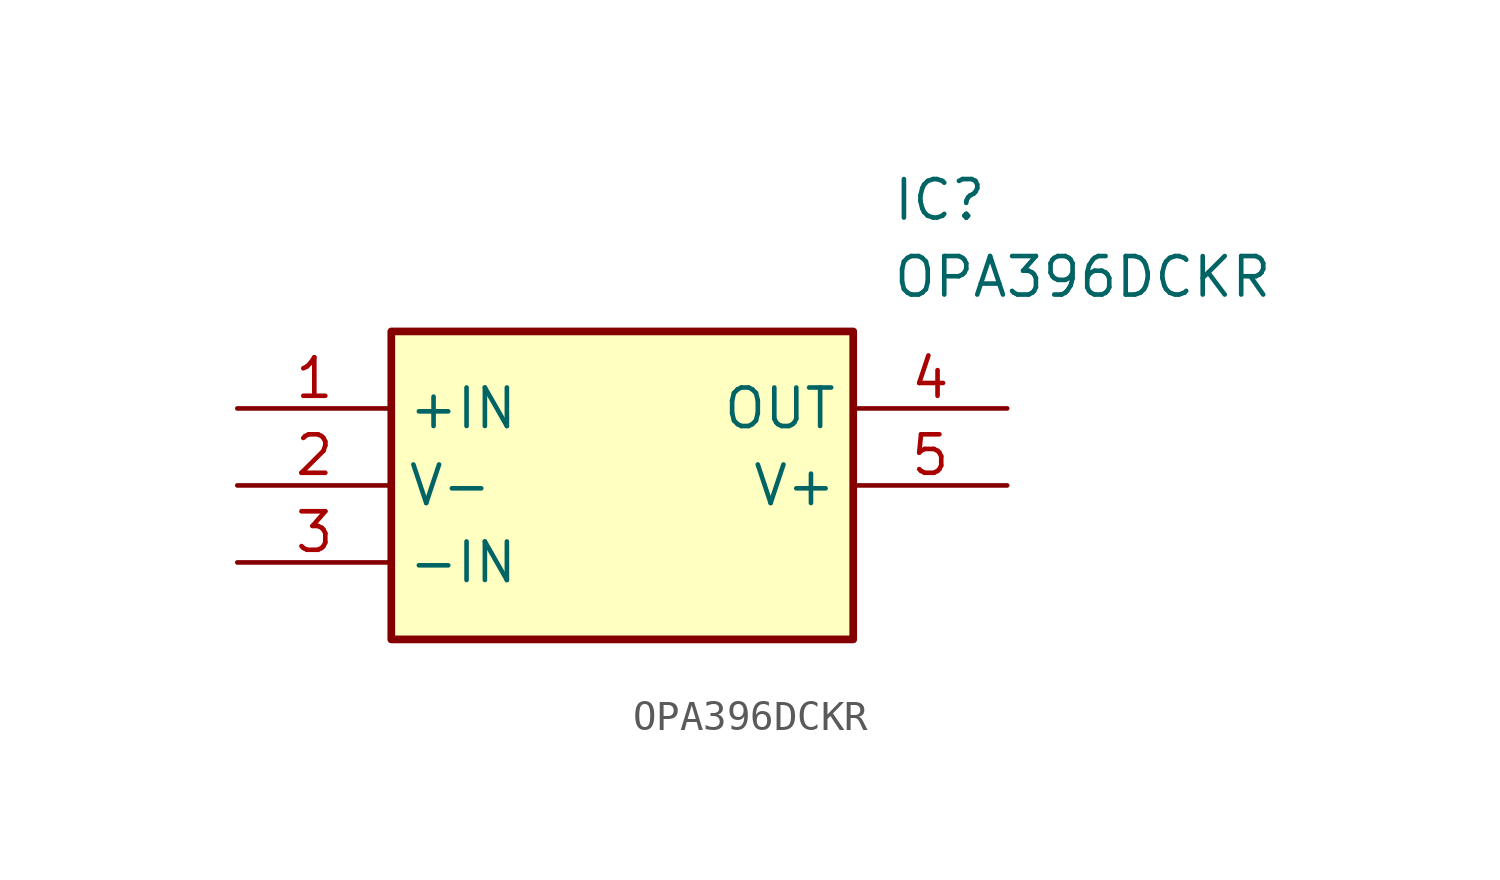
<source format=kicad_sym>
(kicad_symbol_lib
  (version 20211014)
  (generator SamacSys_ECAD_Model)
  (symbol "OPA396DCKR"
    (property "Reference" "IC"
      (at 21.59 7.62 0)
      (effects (font (size 1.27 1.27)) (justify left top)))
    (property "Value" "OPA396DCKR"
      (at 21.59 5.08 0)
      (effects (font (size 1.27 1.27)) (justify left top)))
    (rectangle
      (start 5.08 2.54)
      (end 20.32 -7.62)
      (stroke (width 0.254) (type default))
      (fill (type background)))
    (pin passive line
      (at 0 0 0)
      (length 5.08)
      (name "+IN" (effects (font (size 1.27 1.27))))
      (number "1" (effects (font (size 1.27 1.27)))))
    (pin passive line
      (at 0 -2.54 0)
      (length 5.08)
      (name "V-" (effects (font (size 1.27 1.27))))
      (number "2" (effects (font (size 1.27 1.27)))))
    (pin passive line
      (at 0 -5.08 0)
      (length 5.08)
      (name "-IN" (effects (font (size 1.27 1.27))))
      (number "3" (effects (font (size 1.27 1.27)))))
    (pin passive line
      (at 25.4 0 180)
      (length 5.08)
      (name "OUT" (effects (font (size 1.27 1.27))))
      (number "4" (effects (font (size 1.27 1.27)))))
    (pin passive line
      (at 25.4 -2.54 180)
      (length 5.08)
      (name "V+" (effects (font (size 1.27 1.27))))
      (number "5" (effects (font (size 1.27 1.27)))))))
</source>
